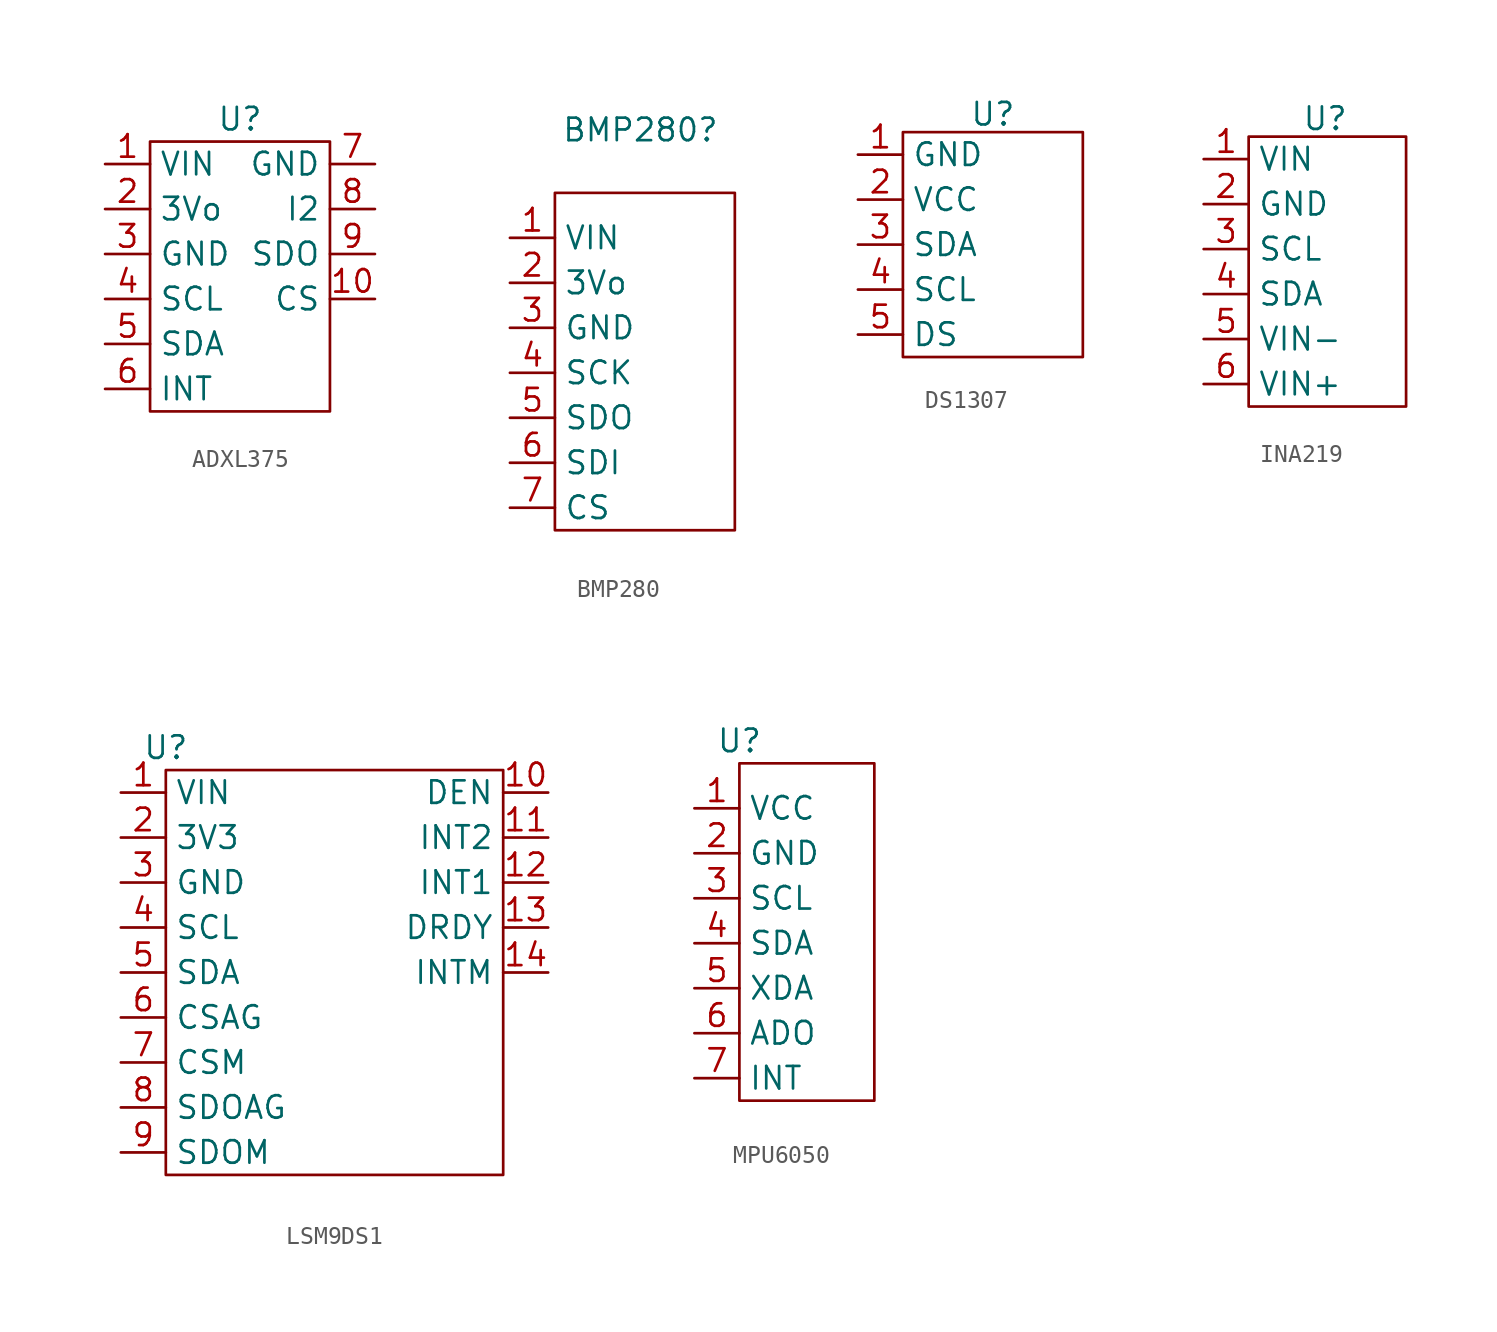
<source format=kicad_sym>
(kicad_symbol_lib
  (version 20231120)
  (generator "kicad_symbol_editor")
  (generator_version "8.0")
  (symbol "ADXL375"
    (property "Reference" "U"
      (at 5.08 16.51 0)
      (effects (font (size 1.27 1.27))))
    (property "Value" ""
      (at 0 16.51 0)
      (effects (font (size 1.27 1.27))))
    (symbol "ADXL375_0_1"
      (rectangle (start 0 15.24) (end 10.16 0) (stroke (width 0) (type default)) (fill (type none))))
    (symbol "ADXL375_1_1"
      (pin power_in line (at -2.54 13.97 0) (length 2.54) (name "VIN" (effects (font (size 1.27 1.27)))) (number "1" (effects (font (size 1.27 1.27)))))
      (pin bidirectional line (at 12.7 6.35 180) (length 2.54) (name "CS" (effects (font (size 1.27 1.27)))) (number "10" (effects (font (size 1.27 1.27)))))
      (pin power_in line (at -2.54 11.43 0) (length 2.54) (name "3Vo" (effects (font (size 1.27 1.27)))) (number "2" (effects (font (size 1.27 1.27)))))
      (pin power_in line (at -2.54 8.89 0) (length 2.54) (name "GND" (effects (font (size 1.27 1.27)))) (number "3" (effects (font (size 1.27 1.27)))))
      (pin bidirectional line (at -2.54 6.35 0) (length 2.54) (name "SCL" (effects (font (size 1.27 1.27)))) (number "4" (effects (font (size 1.27 1.27)))))
      (pin bidirectional line (at -2.54 3.81 0) (length 2.54) (name "SDA" (effects (font (size 1.27 1.27)))) (number "5" (effects (font (size 1.27 1.27)))))
      (pin bidirectional line (at -2.54 1.27 0) (length 2.54) (name "INT" (effects (font (size 1.27 1.27)))) (number "6" (effects (font (size 1.27 1.27)))))
      (pin power_out line (at 12.7 13.97 180) (length 2.54) (name "GND" (effects (font (size 1.27 1.27)))) (number "7" (effects (font (size 1.27 1.27)))))
      (pin bidirectional line (at 12.7 11.43 180) (length 2.54) (name "I2" (effects (font (size 1.27 1.27)))) (number "8" (effects (font (size 1.27 1.27)))))
      (pin bidirectional line (at 12.7 8.89 180) (length 2.54) (name "SDO" (effects (font (size 1.27 1.27)))) (number "9" (effects (font (size 1.27 1.27)))))))
  (symbol "BMP280"
    (property "Reference" "BMP280"
      (at -0.254 2.286 0)
      (effects (font (size 1.27 1.27))))
    (property "Value" ""
      (at 0 0 0)
      (effects (font (size 1.27 1.27))))
    (symbol "BMP280_0_1"
      (rectangle (start -5.08 -1.27) (end 5.08 -20.32) (stroke (width 0) (type default)) (fill (type none))))
    (symbol "BMP280_1_1"
      (pin power_in line (at -7.62 -3.81 0) (length 2.54) (name "VIN" (effects (font (size 1.27 1.27)))) (number "1" (effects (font (size 1.27 1.27)))))
      (pin power_in line (at -7.62 -6.35 0) (length 2.54) (name "3Vo" (effects (font (size 1.27 1.27)))) (number "2" (effects (font (size 1.27 1.27)))))
      (pin power_in line (at -7.62 -8.89 0) (length 2.54) (name "GND" (effects (font (size 1.27 1.27)))) (number "3" (effects (font (size 1.27 1.27)))))
      (pin bidirectional line (at -7.62 -11.43 0) (length 2.54) (name "SCK" (effects (font (size 1.27 1.27)))) (number "4" (effects (font (size 1.27 1.27)))))
      (pin bidirectional line (at -7.62 -13.97 0) (length 2.54) (name "SDO" (effects (font (size 1.27 1.27)))) (number "5" (effects (font (size 1.27 1.27)))))
      (pin bidirectional line (at -7.62 -16.51 0) (length 2.54) (name "SDI" (effects (font (size 1.27 1.27)))) (number "6" (effects (font (size 1.27 1.27)))))
      (pin bidirectional line (at -7.62 -19.05 0) (length 2.54) (name "CS" (effects (font (size 1.27 1.27)))) (number "7" (effects (font (size 1.27 1.27)))))))
  (symbol "DS1307"
    (property "Reference" "U"
      (at 5.08 13.716 0)
      (effects (font (size 1.27 1.27))))
    (property "Value" ""
      (at 0 13.97 0)
      (effects (font (size 1.27 1.27))))
    (symbol "DS1307_0_1"
      (rectangle (start 0 12.7) (end 10.16 0) (stroke (width 0) (type default)) (fill (type none))))
    (symbol "DS1307_1_1"
      (pin power_in line (at -2.54 11.43 0) (length 2.54) (name "GND" (effects (font (size 1.27 1.27)))) (number "1" (effects (font (size 1.27 1.27)))))
      (pin power_in line (at -2.54 8.89 0) (length 2.54) (name "VCC" (effects (font (size 1.27 1.27)))) (number "2" (effects (font (size 1.27 1.27)))))
      (pin bidirectional line (at -2.54 6.35 0) (length 2.54) (name "SDA" (effects (font (size 1.27 1.27)))) (number "3" (effects (font (size 1.27 1.27)))))
      (pin bidirectional line (at -2.54 3.81 0) (length 2.54) (name "SCL" (effects (font (size 1.27 1.27)))) (number "4" (effects (font (size 1.27 1.27)))))
      (pin bidirectional line (at -2.54 1.27 0) (length 2.54) (name "DS" (effects (font (size 1.27 1.27)))) (number "5" (effects (font (size 1.27 1.27)))))))
  (symbol "INA219"
    (property "Reference" "U"
      (at 4.318 13.716 0)
      (effects (font (size 1.27 1.27))))
    (property "Value" ""
      (at 0 13.97 0)
      (effects (font (size 1.27 1.27))))
    (symbol "INA219_0_1"
      (rectangle (start 0 12.7) (end 8.89 -2.54) (stroke (width 0) (type default)) (fill (type none))))
    (symbol "INA219_1_1"
      (pin power_in line (at -2.54 11.43 0) (length 2.54) (name "VIN" (effects (font (size 1.27 1.27)))) (number "1" (effects (font (size 1.27 1.27)))))
      (pin power_in line (at -2.54 8.89 0) (length 2.54) (name "GND" (effects (font (size 1.27 1.27)))) (number "2" (effects (font (size 1.27 1.27)))))
      (pin bidirectional line (at -2.54 6.35 0) (length 2.54) (name "SCL" (effects (font (size 1.27 1.27)))) (number "3" (effects (font (size 1.27 1.27)))))
      (pin bidirectional line (at -2.54 3.81 0) (length 2.54) (name "SDA" (effects (font (size 1.27 1.27)))) (number "4" (effects (font (size 1.27 1.27)))))
      (pin bidirectional line (at -2.54 1.27 0) (length 2.54) (name "VIN-" (effects (font (size 1.27 1.27)))) (number "5" (effects (font (size 1.27 1.27)))))
      (pin bidirectional line (at -2.54 -1.27 0) (length 2.54) (name "VIN+" (effects (font (size 1.27 1.27)))) (number "6" (effects (font (size 1.27 1.27)))))))
  (symbol "LSM9DS1"
    (property "Reference" "U"
      (at 0 0 0)
      (effects (font (size 1.27 1.27))))
    (property "Value" ""
      (at 0 0 0)
      (effects (font (size 1.27 1.27))))
    (symbol "LSM9DS1_0_1"
      (rectangle (start 0 -1.27) (end 19.05 -24.13) (stroke (width 0) (type default)) (fill (type none))))
    (symbol "LSM9DS1_1_1"
      (pin power_in line (at -2.54 -2.54 0) (length 2.54) (name "VIN" (effects (font (size 1.27 1.27)))) (number "1" (effects (font (size 1.27 1.27)))))
      (pin bidirectional line (at 21.59 -2.54 180) (length 2.54) (name "DEN" (effects (font (size 1.27 1.27)))) (number "10" (effects (font (size 1.27 1.27)))))
      (pin bidirectional line (at 21.59 -5.08 180) (length 2.54) (name "INT2" (effects (font (size 1.27 1.27)))) (number "11" (effects (font (size 1.27 1.27)))))
      (pin bidirectional line (at 21.59 -7.62 180) (length 2.54) (name "INT1" (effects (font (size 1.27 1.27)))) (number "12" (effects (font (size 1.27 1.27)))))
      (pin bidirectional line (at 21.59 -10.16 180) (length 2.54) (name "DRDY" (effects (font (size 1.27 1.27)))) (number "13" (effects (font (size 1.27 1.27)))))
      (pin bidirectional line (at 21.59 -12.7 180) (length 2.54) (name "INTM" (effects (font (size 1.27 1.27)))) (number "14" (effects (font (size 1.27 1.27)))))
      (pin power_in line (at -2.54 -5.08 0) (length 2.54) (name "3V3" (effects (font (size 1.27 1.27)))) (number "2" (effects (font (size 1.27 1.27)))))
      (pin power_in line (at -2.54 -7.62 0) (length 2.54) (name "GND" (effects (font (size 1.27 1.27)))) (number "3" (effects (font (size 1.27 1.27)))))
      (pin bidirectional line (at -2.54 -10.16 0) (length 2.54) (name "SCL" (effects (font (size 1.27 1.27)))) (number "4" (effects (font (size 1.27 1.27)))))
      (pin bidirectional line (at -2.54 -12.7 0) (length 2.54) (name "SDA" (effects (font (size 1.27 1.27)))) (number "5" (effects (font (size 1.27 1.27)))))
      (pin bidirectional line (at -2.54 -15.24 0) (length 2.54) (name "CSAG" (effects (font (size 1.27 1.27)))) (number "6" (effects (font (size 1.27 1.27)))))
      (pin bidirectional line (at -2.54 -17.78 0) (length 2.54) (name "CSM" (effects (font (size 1.27 1.27)))) (number "7" (effects (font (size 1.27 1.27)))))
      (pin bidirectional line (at -2.54 -20.32 0) (length 2.54) (name "SDOAG" (effects (font (size 1.27 1.27)))) (number "8" (effects (font (size 1.27 1.27)))))
      (pin bidirectional line (at -2.54 -22.86 0) (length 2.54) (name "SDOM" (effects (font (size 1.27 1.27)))) (number "9" (effects (font (size 1.27 1.27)))))))
  (symbol "MPU6050"
    (property "Reference" "U"
      (at 0 0 0)
      (effects (font (size 1.27 1.27))))
    (property "Value" ""
      (at 0 0 0)
      (effects (font (size 1.27 1.27))))
    (symbol "MPU6050_0_1"
      (rectangle (start 0 -1.27) (end 7.62 -20.32) (stroke (width 0) (type default)) (fill (type none))))
    (symbol "MPU6050_1_1"
      (pin power_in line (at -2.54 -3.81 0) (length 2.54) (name "VCC" (effects (font (size 1.27 1.27)))) (number "1" (effects (font (size 1.27 1.27)))))
      (pin power_in line (at -2.54 -6.35 0) (length 2.54) (name "GND" (effects (font (size 1.27 1.27)))) (number "2" (effects (font (size 1.27 1.27)))))
      (pin bidirectional line (at -2.54 -8.89 0) (length 2.54) (name "SCL" (effects (font (size 1.27 1.27)))) (number "3" (effects (font (size 1.27 1.27)))))
      (pin bidirectional line (at -2.54 -11.43 0) (length 2.54) (name "SDA" (effects (font (size 1.27 1.27)))) (number "4" (effects (font (size 1.27 1.27)))))
      (pin bidirectional line (at -2.54 -13.97 0) (length 2.54) (name "XDA" (effects (font (size 1.27 1.27)))) (number "5" (effects (font (size 1.27 1.27)))))
      (pin bidirectional line (at -2.54 -16.51 0) (length 2.54) (name "ADO" (effects (font (size 1.27 1.27)))) (number "6" (effects (font (size 1.27 1.27)))))
      (pin bidirectional line (at -2.54 -19.05 0) (length 2.54) (name "INT" (effects (font (size 1.27 1.27)))) (number "7" (effects (font (size 1.27 1.27))))))))
</source>
